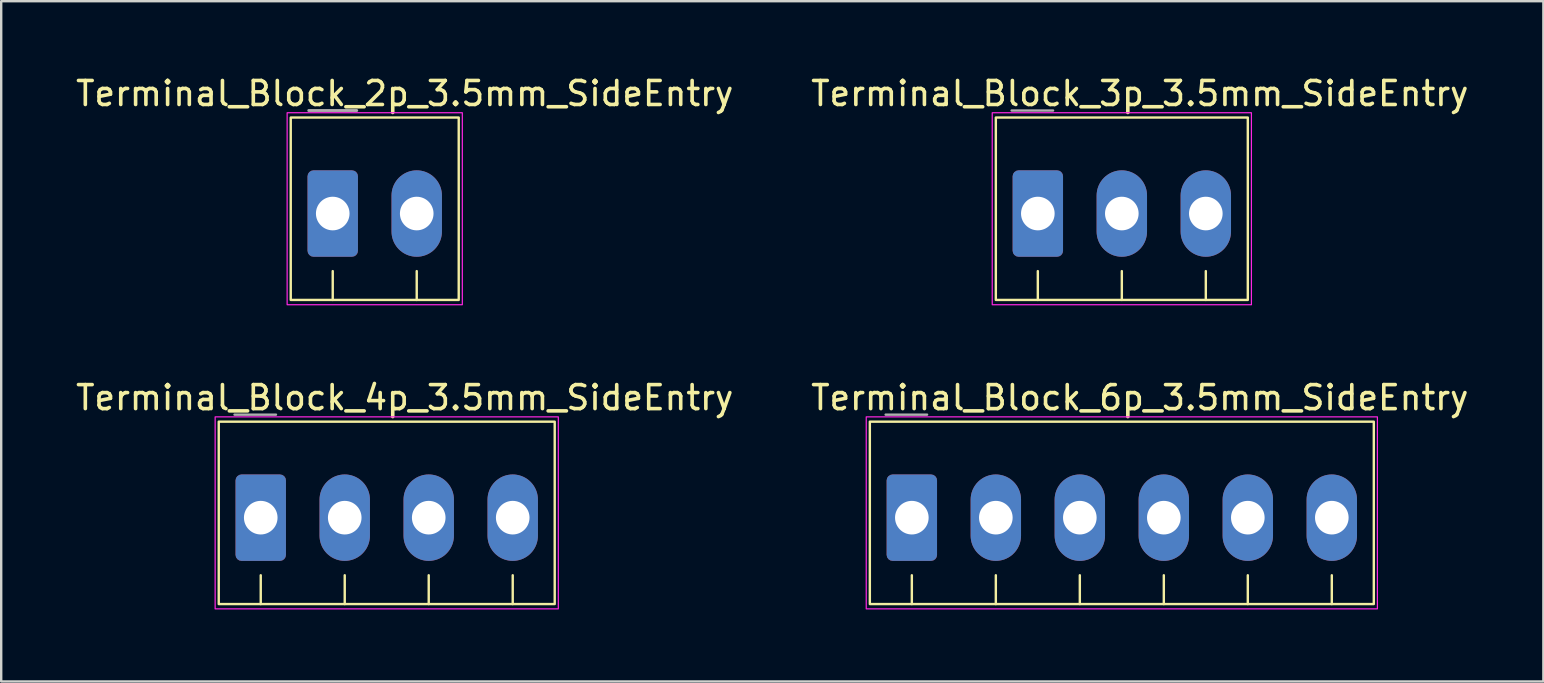
<source format=kicad_pcb>
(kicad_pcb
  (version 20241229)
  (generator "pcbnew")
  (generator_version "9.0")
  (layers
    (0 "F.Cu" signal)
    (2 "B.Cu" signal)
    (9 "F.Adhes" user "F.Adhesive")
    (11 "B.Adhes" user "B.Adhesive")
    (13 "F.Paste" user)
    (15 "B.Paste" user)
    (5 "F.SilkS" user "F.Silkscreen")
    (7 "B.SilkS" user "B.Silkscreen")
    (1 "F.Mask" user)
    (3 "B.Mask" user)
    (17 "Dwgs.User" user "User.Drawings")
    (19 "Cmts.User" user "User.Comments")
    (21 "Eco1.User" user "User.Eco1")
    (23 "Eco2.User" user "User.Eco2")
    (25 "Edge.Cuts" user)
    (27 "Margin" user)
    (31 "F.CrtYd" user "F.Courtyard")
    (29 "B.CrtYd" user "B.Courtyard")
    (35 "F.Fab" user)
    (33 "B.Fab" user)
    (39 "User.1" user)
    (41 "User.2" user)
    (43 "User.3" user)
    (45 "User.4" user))
  (footprint "Terminal_Block_2p_3.5mm_SideEntry"
    (layer "F.Cu")
    (at 10.815 5.848)
    (property "Reference" "Terminal_Block_2p_3.5mm_SideEntry" (at 3 -5 0) (layer "F.SilkS") (effects (font (size 1 1) (thickness 0.15))))
    (attr through_hole)
    (fp_line (start 0 3.6) (end 0 2.4) (stroke (width 0.1) (type default)) (layer "F.SilkS"))
    (fp_line (start 3.5 3.6) (end 3.5 2.4) (stroke (width 0.1) (type default)) (layer "F.SilkS"))
    (fp_rect (start -1.75 -4) (end 5.25 3.6) (stroke (width 0.1) (type default)) (fill no) (layer "F.SilkS"))
    (fp_rect (start -1.9 -4.2) (end 5.4 3.8) (stroke (width 0.05) (type default)) (fill no) (layer "F.CrtYd"))
    (fp_line (start -1 -4.293) (end 1 -4.293) (stroke (width 0.12) (type solid)) (layer "F.Fab"))
    (pad "1" thru_hole roundrect (at 0 0) (size 2.1 3.6) (drill 1.4) (layers "*.Cu" "*.Mask") (roundrect_rratio 0.119))
    (pad "2" thru_hole oval (at 3.5 0) (size 2.1 3.6) (drill 1.4) (layers "*.Cu" "*.Mask")))
  (footprint "Terminal_Block_3p_3.5mm_SideEntry"
    (layer "F.Cu")
    (at 40.196 5.848)
    (property "Reference" "Terminal_Block_3p_3.5mm_SideEntry" (at 4.25 -5 0) (layer "F.SilkS") (effects (font (size 1 1) (thickness 0.15))))
    (attr through_hole)
    (fp_line (start 0 3.6) (end 0 2.4) (stroke (width 0.1) (type default)) (layer "F.SilkS"))
    (fp_line (start 3.5 3.6) (end 3.5 2.4) (stroke (width 0.1) (type default)) (layer "F.SilkS"))
    (fp_line (start 7 3.6) (end 7 2.4) (stroke (width 0.1) (type default)) (layer "F.SilkS"))
    (fp_rect (start -1.75 -4) (end 8.75 3.6) (stroke (width 0.1) (type default)) (fill no) (layer "F.SilkS"))
    (fp_rect (start -1.9 -4.2) (end 8.9 3.8) (stroke (width 0.05) (type default)) (fill no) (layer "F.CrtYd"))
    (fp_line (start -1.092 -4.293) (end 0.635 -4.293) (stroke (width 0.1) (type default)) (layer "F.Fab"))
    (pad "1" thru_hole roundrect (at 0 0) (size 2.1 3.6) (drill 1.4) (layers "*.Cu" "*.Mask") (roundrect_rratio 0.119))
    (pad "2" thru_hole oval (at 3.5 0) (size 2.1 3.6) (drill 1.4) (layers "*.Cu" "*.Mask"))
    (pad "3" thru_hole oval (at 7 0) (size 2.1 3.6) (drill 1.4) (layers "*.Cu" "*.Mask")))
  (footprint "Terminal_Block_6p_3.5mm_SideEntry"
    (layer "F.Cu")
    (at 34.946 18.521)
    (property "Reference" "Terminal_Block_6p_3.5mm_SideEntry" (at 9.5 -5 0) (layer "F.SilkS") (effects (font (size 1 1) (thickness 0.15))))
    (attr through_hole)
    (fp_line (start 0 3.6) (end 0 2.4) (stroke (width 0.1) (type default)) (layer "F.SilkS"))
    (fp_line (start 3.5 3.6) (end 3.5 2.4) (stroke (width 0.1) (type default)) (layer "F.SilkS"))
    (fp_line (start 7 3.6) (end 7 2.4) (stroke (width 0.1) (type default)) (layer "F.SilkS"))
    (fp_line (start 10.5 3.6) (end 10.5 2.4) (stroke (width 0.1) (type default)) (layer "F.SilkS"))
    (fp_line (start 14 3.6) (end 14 2.4) (stroke (width 0.1) (type default)) (layer "F.SilkS"))
    (fp_line (start 17.5 3.6) (end 17.5 2.4) (stroke (width 0.1) (type default)) (layer "F.SilkS"))
    (fp_rect (start -1.75 -4) (end 19.25 3.6) (stroke (width 0.1) (type default)) (fill no) (layer "F.SilkS"))
    (fp_rect (start -1.9 -4.2) (end 19.4 3.8) (stroke (width 0.05) (type default)) (fill no) (layer "F.CrtYd"))
    (fp_line (start -1.092 -4.293) (end 0.635 -4.293) (stroke (width 0.1) (type default)) (layer "F.Fab"))
    (pad "1" thru_hole roundrect (at 0 0) (size 2.1 3.6) (drill 1.4) (layers "*.Cu" "*.Mask") (roundrect_rratio 0.119))
    (pad "2" thru_hole oval (at 3.5 0) (size 2.1 3.6) (drill 1.4) (layers "*.Cu" "*.Mask"))
    (pad "3" thru_hole oval (at 7 0) (size 2.1 3.6) (drill 1.4) (layers "*.Cu" "*.Mask"))
    (pad "4" thru_hole oval (at 10.5 0) (size 2.1 3.6) (drill 1.4) (layers "*.Cu" "*.Mask"))
    (pad "5" thru_hole oval (at 14 0) (size 2.1 3.6) (drill 1.4) (layers "*.Cu" "*.Mask"))
    (pad "6" thru_hole oval (at 17.5 0) (size 2.1 3.6) (drill 1.4) (layers "*.Cu" "*.Mask")))
  (footprint "Terminal_Block_4p_3.5mm_SideEntry"
    (layer "F.Cu")
    (at 7.815 18.521)
    (property "Reference" "Terminal_Block_4p_3.5mm_SideEntry" (at 6 -5 0) (layer "F.SilkS") (effects (font (size 1 1) (thickness 0.15))))
    (attr through_hole)
    (fp_line (start 0 3.6) (end 0 2.4) (stroke (width 0.1) (type default)) (layer "F.SilkS"))
    (fp_line (start 3.5 3.6) (end 3.5 2.4) (stroke (width 0.1) (type default)) (layer "F.SilkS"))
    (fp_line (start 7 3.6) (end 7 2.4) (stroke (width 0.1) (type default)) (layer "F.SilkS"))
    (fp_line (start 10.5 3.6) (end 10.5 2.4) (stroke (width 0.1) (type default)) (layer "F.SilkS"))
    (fp_rect (start -1.75 -4) (end 12.25 3.6) (stroke (width 0.1) (type default)) (fill no) (layer "F.SilkS"))
    (fp_rect (start -1.9 -4.2) (end 12.4 3.8) (stroke (width 0.05) (type default)) (fill no) (layer "F.CrtYd"))
    (fp_line (start -1.092 -4.293) (end 0.635 -4.293) (stroke (width 0.1) (type default)) (layer "F.Fab"))
    (pad "1" thru_hole roundrect (at 0 0) (size 2.1 3.6) (drill 1.4) (layers "*.Cu" "*.Mask") (roundrect_rratio 0.119))
    (pad "2" thru_hole oval (at 3.5 0) (size 2.1 3.6) (drill 1.4) (layers "*.Cu" "*.Mask"))
    (pad "3" thru_hole oval (at 7 0) (size 2.1 3.6) (drill 1.4) (layers "*.Cu" "*.Mask"))
    (pad "4" thru_hole oval (at 10.5 0) (size 2.1 3.6) (drill 1.4) (layers "*.Cu" "*.Mask")))
  (gr_rect
    (start -3 -3)
    (end 61.262 25.346)
    (stroke (width 0.1) (type default))
    (fill no)
    (layer "Edge.Cuts")))
</source>
